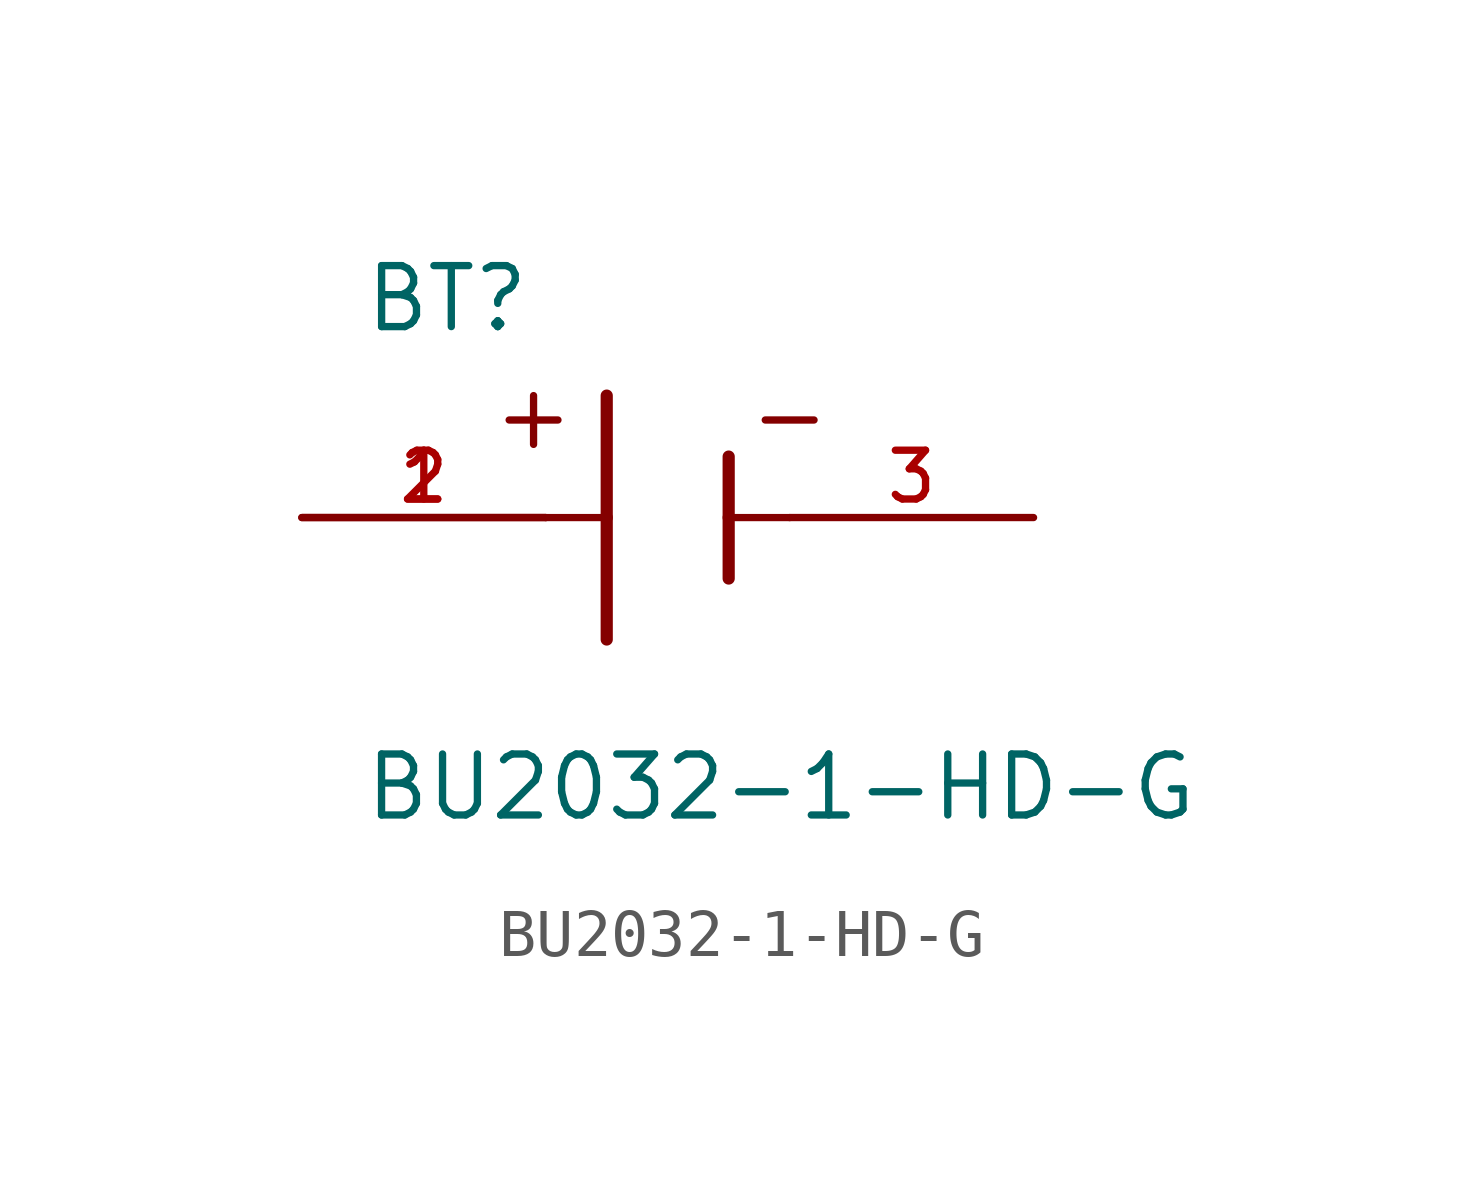
<source format=kicad_sym>
(kicad_symbol_lib
  (version 20231120)
  (generator "kicad_symbol_editor")
  (generator_version "8.0")
  (symbol "BU2032-1-HD-G"
    (pin_names
      (offset 1.016))
    (property "Reference" "BT"
      (at -6.361 3.814 0)
      (effects (font (size 1.27 1.27)) (justify left bottom)))
    (property "Value" "BU2032-1-HD-G"
      (at -6.362 -6.358 0)
      (effects (font (size 1.27 1.27)) (justify left bottom)))
    (symbol "BU2032-1-HD-G_0_0"
      (polyline (pts (xy -3.302 2.032) (xy -2.286 2.032)) (stroke (width 0.152) (type default)) (fill (type none)))
      (polyline (pts (xy -2.794 2.54) (xy -2.794 1.524)) (stroke (width 0.152) (type default)) (fill (type none)))
      (polyline (pts (xy -2.54 0) (xy -1.27 0)) (stroke (width 0.152) (type default)) (fill (type none)))
      (polyline (pts (xy -1.27 0) (xy -1.27 -2.54)) (stroke (width 0.254) (type default)) (fill (type none)))
      (polyline (pts (xy -1.27 2.54) (xy -1.27 0)) (stroke (width 0.254) (type default)) (fill (type none)))
      (polyline (pts (xy 1.27 0) (xy 1.27 -1.27)) (stroke (width 0.254) (type default)) (fill (type none)))
      (polyline (pts (xy 1.27 0) (xy 2.54 0)) (stroke (width 0.152) (type default)) (fill (type none)))
      (polyline (pts (xy 1.27 1.27) (xy 1.27 0)) (stroke (width 0.254) (type default)) (fill (type none)))
      (polyline (pts (xy 2.032 2.032) (xy 3.048 2.032)) (stroke (width 0.152) (type default)) (fill (type none)))
      (pin passive line (at -7.62 0 0) (length 5.08) (name "~" (effects (font (size 1.016 1.016)))) (number "1" (effects (font (size 1.016 1.016)))))
      (pin passive line (at -7.62 0 0) (length 5.08) (name "~" (effects (font (size 1.016 1.016)))) (number "2" (effects (font (size 1.016 1.016)))))
      (pin passive line (at 7.62 0 180) (length 5.08) (name "~" (effects (font (size 1.016 1.016)))) (number "3" (effects (font (size 1.016 1.016))))))))
</source>
